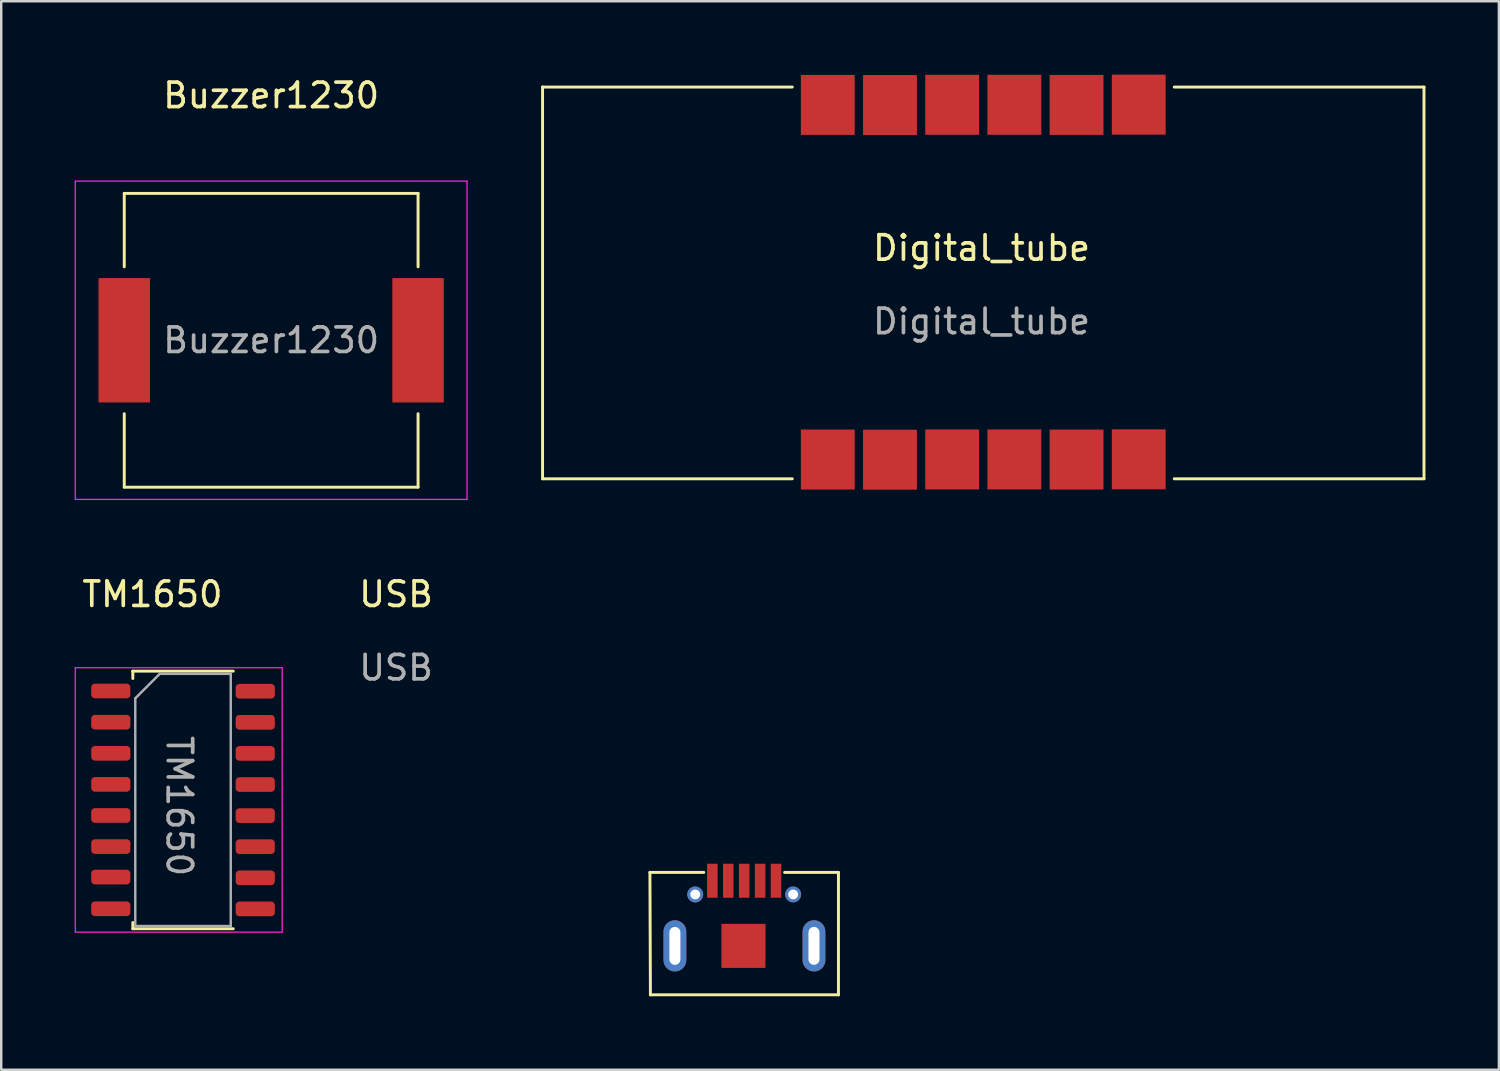
<source format=kicad_pcb>
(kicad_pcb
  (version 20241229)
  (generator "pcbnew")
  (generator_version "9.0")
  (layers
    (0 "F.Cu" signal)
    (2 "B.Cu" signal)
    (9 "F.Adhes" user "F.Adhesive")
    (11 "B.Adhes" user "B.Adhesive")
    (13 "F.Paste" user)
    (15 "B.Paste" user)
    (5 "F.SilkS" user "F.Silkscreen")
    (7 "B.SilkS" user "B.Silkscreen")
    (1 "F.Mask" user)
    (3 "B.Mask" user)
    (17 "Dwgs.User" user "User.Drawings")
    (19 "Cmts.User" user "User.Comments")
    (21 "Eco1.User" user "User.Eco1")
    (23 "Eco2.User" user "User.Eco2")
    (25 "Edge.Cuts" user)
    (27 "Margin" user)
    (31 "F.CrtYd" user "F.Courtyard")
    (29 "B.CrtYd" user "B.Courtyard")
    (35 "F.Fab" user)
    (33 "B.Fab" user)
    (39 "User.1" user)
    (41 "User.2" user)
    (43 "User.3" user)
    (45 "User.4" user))
  (footprint "TM1650"
    (layer "F.Cu")
    (at 3.375 26.822)
    (property "Reference" "TM1650" (at -0.2 -5.6 0) (unlocked yes) (layer "F.SilkS") (effects (font (size 1 1) (thickness 0.15))))
    (attr smd)
    (fp_line (start -1 -2.46) (end -1 -2.46) (stroke (width 0.12) (type solid)) (layer "F.SilkS"))
    (fp_line (start -1 -2.46) (end 3.1 -2.46) (stroke (width 0.12) (type solid)) (layer "F.SilkS"))
    (fp_line (start -1 -2.45) (end -1 -2.16) (stroke (width 0.12) (type solid)) (layer "F.SilkS"))
    (fp_line (start -1 8.06) (end -1 7.805) (stroke (width 0.12) (type solid)) (layer "F.SilkS"))
    (fp_line (start -1 8.06) (end 3.1 8.06) (stroke (width 0.12) (type solid)) (layer "F.SilkS"))
    (fp_line (start -3.35 -2.6) (end -3.35 8.2) (stroke (width 0.05) (type solid)) (layer "F.CrtYd"))
    (fp_line (start -3.35 8.2) (end 5.1 8.2) (stroke (width 0.05) (type solid)) (layer "F.CrtYd"))
    (fp_line (start 5.1 -2.6) (end -3.35 -2.6) (stroke (width 0.05) (type solid)) (layer "F.CrtYd"))
    (fp_line (start 5.1 8.2) (end 5.1 -2.6) (stroke (width 0.05) (type solid)) (layer "F.CrtYd"))
    (fp_line (start -0.9 -1.35) (end 0.1 -2.35) (stroke (width 0.1) (type solid)) (layer "F.Fab"))
    (fp_line (start -0.9 7.95) (end -0.9 -1.35) (stroke (width 0.1) (type solid)) (layer "F.Fab"))
    (fp_line (start -0.9 7.95) (end 3 7.95) (stroke (width 0.1) (type solid)) (layer "F.Fab"))
    (fp_line (start 0.1 -2.35) (end 3 -2.35) (stroke (width 0.1) (type solid)) (layer "F.Fab"))
    (fp_line (start 3 -2.35) (end 3 7.95) (stroke (width 0.1) (type solid)) (layer "F.Fab"))
    (fp_text user "${REFERENCE}" (at 0.9 3.05 270) (unlocked yes) (layer "F.Fab") (effects (font (size 1 1) (thickness 0.15))))
    (pad "1" smd roundrect (at -1.9 -1.65) (size 1.6 0.6) (layers "F.Cu" "F.Mask" "F.Paste") (roundrect_rratio 0.25))
    (pad "2" smd roundrect (at -1.9 -0.375) (size 1.6 0.6) (layers "F.Cu" "F.Mask" "F.Paste") (roundrect_rratio 0.25))
    (pad "3" smd roundrect (at -1.9 0.895) (size 1.6 0.6) (layers "F.Cu" "F.Mask" "F.Paste") (roundrect_rratio 0.25))
    (pad "4" smd roundrect (at -1.9 2.165) (size 1.6 0.6) (layers "F.Cu" "F.Mask" "F.Paste") (roundrect_rratio 0.25))
    (pad "5" smd roundrect (at -1.9 3.435) (size 1.6 0.6) (layers "F.Cu" "F.Mask" "F.Paste") (roundrect_rratio 0.25))
    (pad "6" smd roundrect (at -1.9 4.705) (size 1.6 0.6) (layers "F.Cu" "F.Mask" "F.Paste") (roundrect_rratio 0.25))
    (pad "7" smd roundrect (at -1.9 5.95) (size 1.6 0.6) (layers "F.Cu" "F.Mask" "F.Paste") (roundrect_rratio 0.25))
    (pad "8" smd roundrect (at -1.9 7.245) (size 1.6 0.6) (layers "F.Cu" "F.Mask" "F.Paste") (roundrect_rratio 0.25))
    (pad "9" smd roundrect (at 4 7.25) (size 1.6 0.6) (layers "F.Cu" "F.Mask" "F.Paste") (roundrect_rratio 0.25))
    (pad "10" smd roundrect (at 4 5.98) (size 1.6 0.6) (layers "F.Cu" "F.Mask" "F.Paste") (roundrect_rratio 0.25))
    (pad "11" smd roundrect (at 4 4.71) (size 1.6 0.6) (layers "F.Cu" "F.Mask" "F.Paste") (roundrect_rratio 0.25))
    (pad "12" smd roundrect (at 4 3.44) (size 1.6 0.6) (layers "F.Cu" "F.Mask" "F.Paste") (roundrect_rratio 0.25))
    (pad "13" smd roundrect (at 4 2.17) (size 1.6 0.6) (layers "F.Cu" "F.Mask" "F.Paste") (roundrect_rratio 0.25))
    (pad "14" smd roundrect (at 4 0.9) (size 1.6 0.6) (layers "F.Cu" "F.Mask" "F.Paste") (roundrect_rratio 0.25))
    (pad "15" smd roundrect (at 4 -0.37) (size 1.6 0.6) (layers "F.Cu" "F.Mask" "F.Paste") (roundrect_rratio 0.25))
    (pad "16" smd roundrect (at 4 -1.64) (size 1.6 0.6) (layers "F.Cu" "F.Mask" "F.Paste") (roundrect_rratio 0.25)))
  (footprint "Digital_tube"
    (layer "F.Cu")
    (at 35.31 2.025)
    (property "Reference" "Digital_tube" (at 1.73 5.055 0) (unlocked yes) (layer "F.SilkS") (effects (font (size 1 1) (thickness 0.15))))
    (attr smd)
    (fp_line (start -16.2 -1.52) (end -16.2 14.48) (stroke (width 0.12) (type solid)) (layer "F.SilkS"))
    (fp_line (start -16.2 -1.52) (end -6 -1.52) (stroke (width 0.12) (type solid)) (layer "F.SilkS"))
    (fp_line (start -16.2 14.48) (end -6 14.48) (stroke (width 0.12) (type solid)) (layer "F.SilkS"))
    (fp_line (start 9.6 -1.52) (end 19.8 -1.52) (stroke (width 0.12) (type solid)) (layer "F.SilkS"))
    (fp_line (start 9.6 14.48) (end 19.8 14.48) (stroke (width 0.12) (type solid)) (layer "F.SilkS"))
    (fp_line (start 19.8 -1.52) (end 19.8 14.48) (stroke (width 0.12) (type solid)) (layer "F.SilkS"))
    (fp_text user "${REFERENCE}" (at 1.73 8.055 0) (unlocked yes) (layer "F.Fab") (effects (font (size 1 1) (thickness 0.15))))
    (pad "1" smd rect (at -4.55 -0.79 90) (size 2.45 2.2) (layers "F.Cu" "F.Mask" "F.Paste"))
    (pad "2" smd rect (at 3.07 -0.795 90) (size 2.45 2.2) (layers "F.Cu" "F.Mask" "F.Paste"))
    (pad "3" smd rect (at 5.61 -0.79 90) (size 2.45 2.2) (layers "F.Cu" "F.Mask" "F.Paste"))
    (pad "4" smd rect (at 8.15 13.685 90) (size 2.45 2.2) (layers "F.Cu" "F.Mask" "F.Paste"))
    (pad "5" smd rect (at -2.01 -0.785 90) (size 2.45 2.2) (layers "F.Cu" "F.Mask" "F.Paste"))
    (pad "6" smd rect (at 0.53 -0.795 90) (size 2.45 2.2) (layers "F.Cu" "F.Mask" "F.Paste"))
    (pad "7" smd rect (at 8.15 -0.8 90) (size 2.45 2.2) (layers "F.Cu" "F.Mask" "F.Paste"))
    (pad "8" smd rect (at -4.55 13.695 90) (size 2.45 2.2) (layers "F.Cu" "F.Mask" "F.Paste"))
    (pad "9" smd rect (at -2.01 13.7 90) (size 2.45 2.2) (layers "F.Cu" "F.Mask" "F.Paste"))
    (pad "10" smd rect (at 0.53 13.69 90) (size 2.45 2.2) (layers "F.Cu" "F.Mask" "F.Paste"))
    (pad "11" smd rect (at 3.07 13.69 90) (size 2.45 2.2) (layers "F.Cu" "F.Mask" "F.Paste"))
    (pad "12" smd rect (at 5.61 13.695 90) (size 2.45 2.2) (layers "F.Cu" "F.Mask" "F.Paste")))
  (footprint "USB"
    (layer "F.Cu")
    (at 27.225 35.522)
    (property "Reference" "USB" (at -14.1 -14.3 0) (unlocked yes) (layer "F.SilkS") (effects (font (size 1 1) (thickness 0.15))))
    (attr smd)
    (fp_line (start -3.73 -2.94) (end -3.71 2.06) (stroke (width 0.12) (type solid)) (layer "F.SilkS"))
    (fp_line (start -3.73 -2.94) (end -1.53 -2.94) (stroke (width 0.12) (type solid)) (layer "F.SilkS"))
    (fp_line (start -3.71 2.06) (end 3.97 2.06) (stroke (width 0.12) (type solid)) (layer "F.SilkS"))
    (fp_line (start 1.77 -2.94) (end 3.97 -2.94) (stroke (width 0.12) (type solid)) (layer "F.SilkS"))
    (fp_line (start 3.97 -2.94) (end 3.97 2.06) (stroke (width 0.12) (type solid)) (layer "F.SilkS"))
    (fp_text user "${REFERENCE}" (at -14.1 -11.3 0) (unlocked yes) (layer "F.Fab") (effects (font (size 1 1) (thickness 0.15))))
    (pad "1" smd rect (at -1.18 -2.6 90) (size 1.39 0.43) (layers "F.Cu" "F.Mask" "F.Paste"))
    (pad "2" smd rect (at -0.53 -2.6 90) (size 1.39 0.43) (layers "F.Cu" "F.Mask" "F.Paste" "Eco1.User"))
    (pad "3" smd rect (at 0.12 -2.6 90) (size 1.39 0.43) (layers "F.Cu" "F.Mask" "F.Paste"))
    (pad "4" smd rect (at 0.77 -2.6 90) (size 1.39 0.43) (layers "F.Cu" "F.Mask" "F.Paste"))
    (pad "5" smd rect (at 1.42 -2.6 90) (size 1.39 0.43) (layers "F.Cu" "F.Mask" "F.Paste"))
    (pad "6" thru_hole circle (at -1.88 -2.04 90) (size 0.65 0.65) (drill 0.4) (layers "*.Cu" "*.Mask" "Eco2.User"))
    (pad "6" thru_hole circle (at 2.12 -2.04 90) (size 0.65 0.65) (drill 0.4) (layers "*.Cu" "*.Mask" "Eco2.User"))
    (pad "7" thru_hole oval (at -2.71 0.06) (size 0.93 2.09) (drill oval 0.45 1.55) (layers "*.Cu" "*.Mask"))
    (pad "7" thru_hole oval (at 2.97 0.06) (size 0.93 2.09) (drill oval 0.45 1.55) (layers "*.Cu" "*.Mask"))
    (pad "8" smd rect (at 0.09 0.06) (size 1.8 1.8) (layers "F.Cu" "F.Mask" "F.Paste")))
  (footprint "Buzzer1230"
    (layer "F.Cu")
    (at 8.025 15.348)
    (property "Reference" "Buzzer1230" (at 0 -14.5 0) (unlocked yes) (layer "F.SilkS") (effects (font (size 1 1) (thickness 0.15))))
    (attr smd)
    (fp_line (start -6 -10.5) (end -6 -7.5) (stroke (width 0.12) (type solid)) (layer "F.SilkS"))
    (fp_line (start -6 -10.5) (end 6 -10.5) (stroke (width 0.12) (type solid)) (layer "F.SilkS"))
    (fp_line (start -6 1.5) (end -6 -1.5) (stroke (width 0.12) (type solid)) (layer "F.SilkS"))
    (fp_line (start 6 -10.5) (end 6 -7.5) (stroke (width 0.12) (type solid)) (layer "F.SilkS"))
    (fp_line (start 6 1.5) (end -6 1.5) (stroke (width 0.12) (type solid)) (layer "F.SilkS"))
    (fp_line (start 6 1.5) (end 6 -1.5) (stroke (width 0.12) (type solid)) (layer "F.SilkS"))
    (fp_line (start -8 -11) (end 8 -11) (stroke (width 0.05) (type solid)) (layer "F.CrtYd"))
    (fp_line (start -8 2) (end -8 -11) (stroke (width 0.05) (type solid)) (layer "F.CrtYd"))
    (fp_line (start 8 -11) (end 8 2) (stroke (width 0.05) (type solid)) (layer "F.CrtYd"))
    (fp_line (start 8 2) (end -8 2) (stroke (width 0.05) (type solid)) (layer "F.CrtYd"))
    (fp_text user "${REFERENCE}" (at 0 -4.5 0) (unlocked yes) (layer "F.Fab") (effects (font (size 1 1) (thickness 0.15))))
    (pad "1" smd rect (at -6 -4.5 90) (size 5.08 2.1) (layers "F.Cu" "F.Mask" "F.Paste"))
    (pad "2" smd rect (at 6 -4.5 90) (size 5.08 2.1) (layers "F.Cu" "F.Mask" "F.Paste")))
  (gr_rect
    (start -3 -3)
    (end 58.17 40.642)
    (stroke (width 0.1) (type default))
    (fill no)
    (layer "Edge.Cuts")))
</source>
